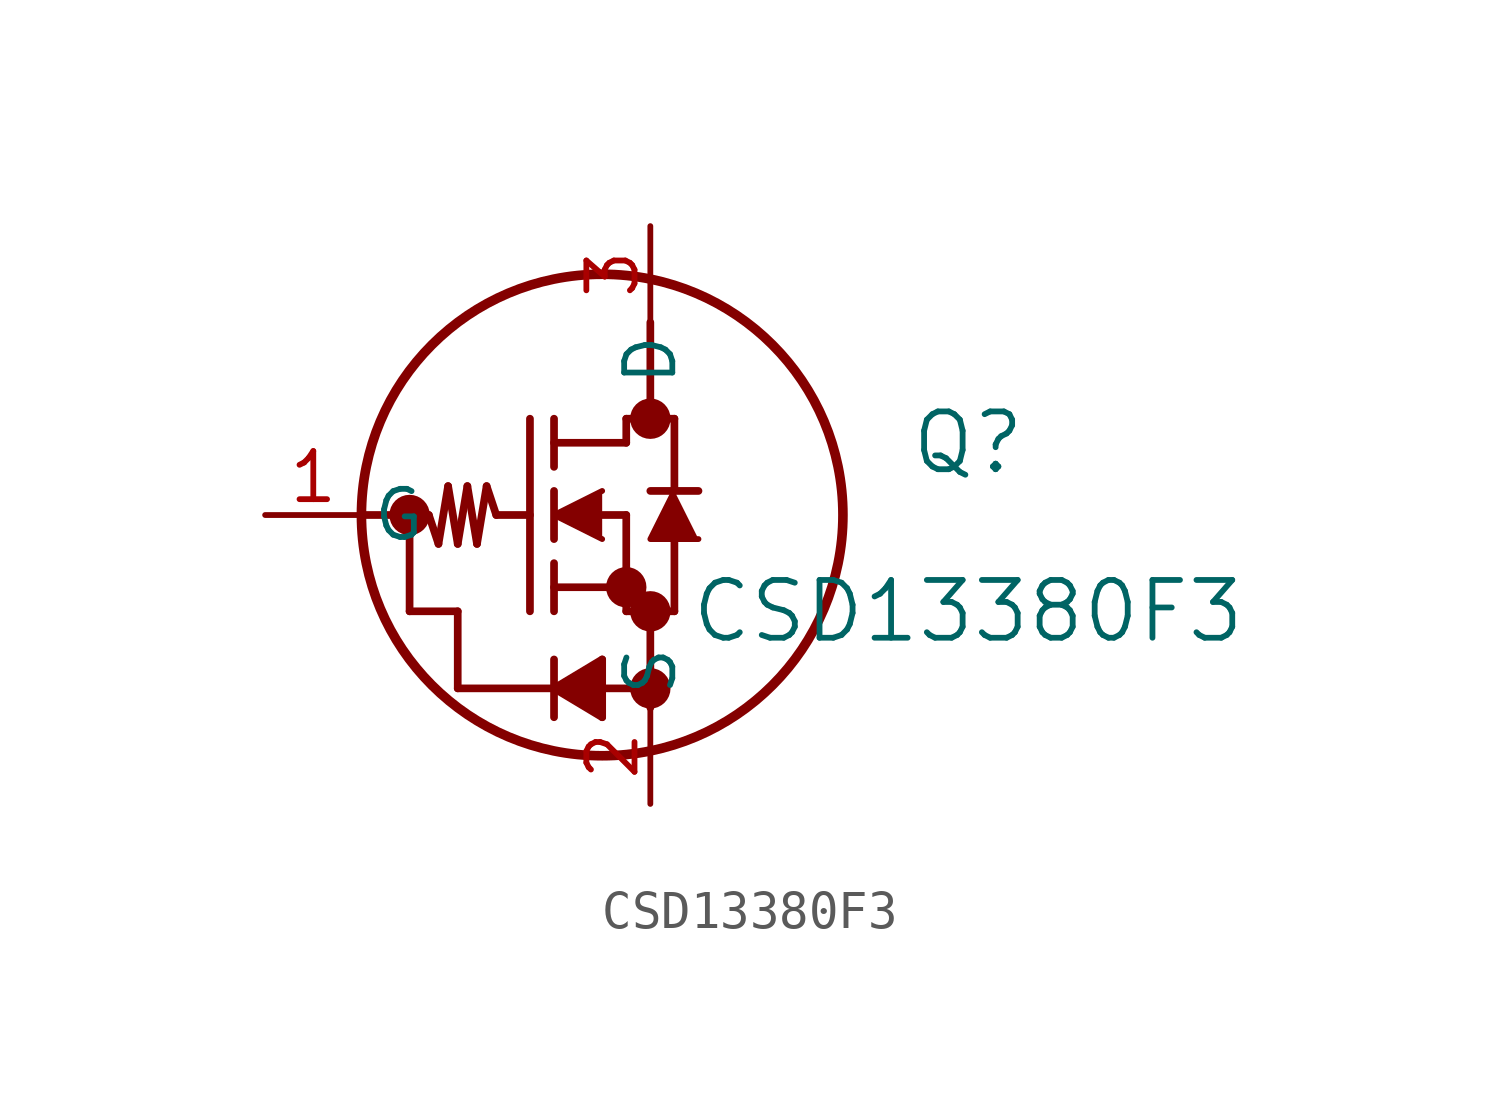
<source format=kicad_sym>
(kicad_symbol_lib
  (version 20241209)
  (generator "kicad_symbol_editor")
  (generator_version "9.0")
  (symbol "CSD13380F3"
    (pin_names
      (offset 0.254))
    (property "Reference" "Q"
      (at 18.542 1.905 0)
      (effects (font (size 1.524 1.524))))
    (property "Value" "CSD13380F3"
      (at 18.542 -2.54 0)
      (effects (font (size 1.524 1.524))))
    (symbol "CSD13380F3_0_1"
      (polyline (pts (xy 2.54 0) (xy 4.318 0)) (stroke (width 0.203) (type default)) (fill (type none)))
      (polyline (pts (xy 3.81 0) (xy 3.81 -2.54)) (stroke (width 0.203) (type default)) (fill (type none)))
      (circle (center 3.81 0) (radius 0.025) (stroke (width 0.508) (type default)) (fill (type none)))
      (polyline (pts (xy 3.81 -2.54) (xy 5.08 -2.54)) (stroke (width 0.203) (type default)) (fill (type none)))
      (polyline (pts (xy 4.318 0) (xy 4.572 -0.762)) (stroke (width 0.203) (type default)) (fill (type none)))
      (polyline (pts (xy 4.572 -0.762) (xy 4.826 0.762)) (stroke (width 0.203) (type default)) (fill (type none)))
      (polyline (pts (xy 4.826 0.762) (xy 5.08 -0.762)) (stroke (width 0.203) (type default)) (fill (type none)))
      (polyline (pts (xy 5.08 -4.572) (xy 5.08 -2.54)) (stroke (width 0.203) (type default)) (fill (type none)))
      (polyline (pts (xy 5.334 0.762) (xy 5.08 -0.762)) (stroke (width 0.203) (type default)) (fill (type none)))
      (polyline (pts (xy 5.334 0.762) (xy 5.588 -0.762)) (stroke (width 0.203) (type default)) (fill (type none)))
      (polyline (pts (xy 5.588 -0.762) (xy 5.842 0.762)) (stroke (width 0.203) (type default)) (fill (type none)))
      (polyline (pts (xy 5.842 0.762) (xy 6.096 0)) (stroke (width 0.203) (type default)) (fill (type none)))
      (polyline (pts (xy 6.096 0) (xy 6.985 0)) (stroke (width 0.203) (type default)) (fill (type none)))
      (polyline (pts (xy 6.985 -2.54) (xy 6.985 2.54)) (stroke (width 0.203) (type default)) (fill (type none)))
      (polyline (pts (xy 7.62 1.905) (xy 9.525 1.905)) (stroke (width 0.203) (type default)) (fill (type none)))
      (polyline (pts (xy 7.62 1.27) (xy 7.62 2.54)) (stroke (width 0.203) (type default)) (fill (type none)))
      (polyline (pts (xy 7.62 -0.635) (xy 7.62 0.635)) (stroke (width 0.203) (type default)) (fill (type none)))
      (polyline (pts (xy 7.62 -1.905) (xy 9.525 -1.905)) (stroke (width 0.203) (type default)) (fill (type none)))
      (polyline (pts (xy 7.62 -2.54) (xy 7.62 -1.27)) (stroke (width 0.203) (type default)) (fill (type none)))
      (polyline (pts (xy 7.62 -4.572) (xy 8.89 -4.826)) (stroke (width 0) (type default)) (fill (type outline)))
      (polyline (pts (xy 7.62 -4.572) (xy 8.89 -5.334)) (stroke (width 0.203) (type default)) (fill (type none)))
      (polyline (pts (xy 7.62 -4.572) (xy 8.89 -5.334) (xy 8.89 -3.81)) (stroke (width 0) (type default)) (fill (type outline)))
      (polyline (pts (xy 7.62 -5.334) (xy 7.62 -3.81)) (stroke (width 0.203) (type default)) (fill (type none)))
      (polyline (pts (xy 8.89 0.635) (xy 7.62 0) (xy 8.89 -0.635)) (stroke (width 0) (type default)) (fill (type outline)))
      (polyline (pts (xy 8.89 0) (xy 9.525 0)) (stroke (width 0.203) (type default)) (fill (type none)))
      (circle (center 8.89 0) (radius 6.35) (stroke (width 0.254) (type default)) (fill (type none)))
      (polyline (pts (xy 8.89 -3.81) (xy 7.62 -4.572)) (stroke (width 0.203) (type default)) (fill (type none)))
      (polyline (pts (xy 8.89 -5.334) (xy 8.89 -3.81)) (stroke (width 0.203) (type default)) (fill (type none)))
      (polyline (pts (xy 9.525 2.54) (xy 10.795 2.54)) (stroke (width 0.203) (type default)) (fill (type none)))
      (polyline (pts (xy 9.525 1.905) (xy 9.525 2.54)) (stroke (width 0.203) (type default)) (fill (type none)))
      (circle (center 9.525 -1.905) (radius 0.025) (stroke (width 0.508) (type default)) (fill (type none)))
      (polyline (pts (xy 9.525 -2.54) (xy 9.525 0)) (stroke (width 0.203) (type default)) (fill (type none)))
      (polyline (pts (xy 9.525 -2.54) (xy 10.795 -2.54)) (stroke (width 0.203) (type default)) (fill (type none)))
      (polyline (pts (xy 10.16 5.08) (xy 10.16 2.54)) (stroke (width 0.203) (type default)) (fill (type none)))
      (circle (center 10.16 2.54) (radius 0.025) (stroke (width 0.508) (type default)) (fill (type none)))
      (polyline (pts (xy 10.16 -2.54) (xy 10.16 -5.08)) (stroke (width 0.203) (type default)) (fill (type none)))
      (circle (center 10.16 -2.54) (radius 0.025) (stroke (width 0.508) (type default)) (fill (type none)))
      (polyline (pts (xy 10.16 -4.572) (xy 5.08 -4.572)) (stroke (width 0.203) (type default)) (fill (type none)))
      (circle (center 10.16 -4.572) (radius 0.025) (stroke (width 0.508) (type default)) (fill (type none)))
      (polyline (pts (xy 10.795 0.635) (xy 10.795 2.54)) (stroke (width 0.203) (type default)) (fill (type none)))
      (polyline (pts (xy 10.795 -2.54) (xy 10.795 -0.635)) (stroke (width 0.203) (type default)) (fill (type none)))
      (polyline (pts (xy 11.43 0.635) (xy 10.16 0.635)) (stroke (width 0.203) (type default)) (fill (type none)))
      (polyline (pts (xy 11.43 -0.635) (xy 10.16 -0.635) (xy 10.795 0.635)) (stroke (width 0) (type default)) (fill (type outline)))
      (pin unspecified line (at 0 0 0) (length 2.54) (name "G" (effects (font (size 1.27 1.27)))) (number "1" (effects (font (size 1.27 1.27)))))
      (pin unspecified line (at 10.16 7.62 270) (length 2.54) (name "D" (effects (font (size 1.27 1.27)))) (number "3" (effects (font (size 1.27 1.27)))))
      (pin unspecified line (at 10.16 -7.62 90) (length 2.54) (name "S" (effects (font (size 1.27 1.27)))) (number "2" (effects (font (size 1.27 1.27))))))))
</source>
